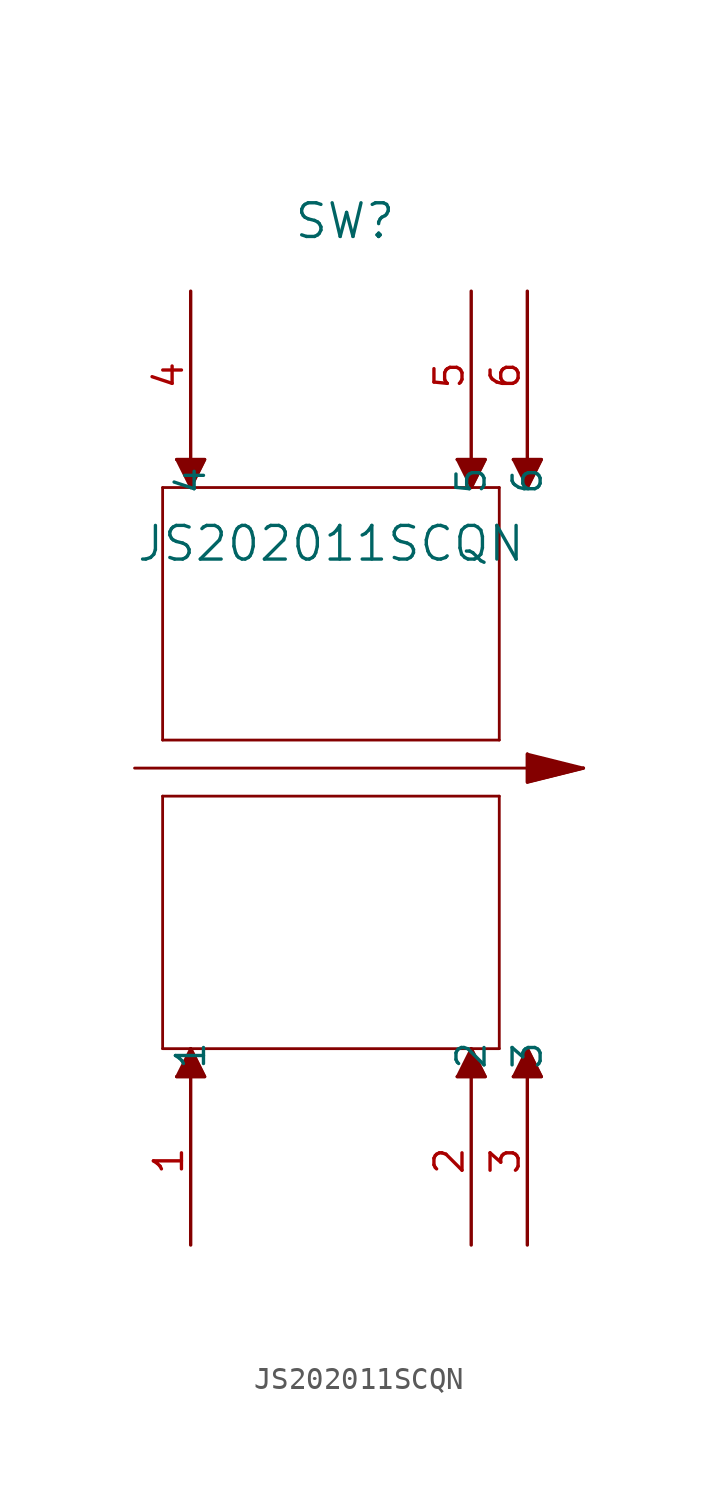
<source format=kicad_sym>
(kicad_symbol_lib
  (version 20241209)
  (generator "kicad_symbol_editor")
  (generator_version "9.0")
  (symbol "JS202011SCQN"
    (pin_names
      (offset 0.254))
    (property "Reference" "SW"
      (at 6.985 46.355 0)
      (effects (font (size 1.524 1.524))))
    (property "Value" "JS202011SCQN"
      (at 6.35 31.75 0)
      (effects (font (size 1.524 1.524))))
    (symbol "JS202011SCQN_0_1"
      (polyline (pts (xy -2.54 21.59) (xy 15.24 21.59)) (stroke (width 0.127) (type default)) (fill (type none)))
      (polyline (pts (xy -1.27 34.29) (xy -1.27 22.86)) (stroke (width 0.127) (type default)) (fill (type none)))
      (polyline (pts (xy -1.27 22.86) (xy 13.97 22.86)) (stroke (width 0.127) (type default)) (fill (type none)))
      (polyline (pts (xy -1.27 20.32) (xy 13.97 20.32)) (stroke (width 0.127) (type default)) (fill (type none)))
      (polyline (pts (xy -1.27 8.89) (xy -1.27 20.32)) (stroke (width 0.127) (type default)) (fill (type none)))
      (polyline (pts (xy -1.27 8.89) (xy 13.97 8.89)) (stroke (width 0.127) (type default)) (fill (type none)))
      (polyline (pts (xy -0.635 35.56) (xy 0 34.29)) (stroke (width 0.127) (type default)) (fill (type none)))
      (polyline (pts (xy -0.635 35.56) (xy 0.635 35.56)) (stroke (width 0.127) (type default)) (fill (type none)))
      (polyline (pts (xy -0.635 35.56) (xy 0.635 35.56) (xy 0 34.29)) (stroke (width 0) (type default)) (fill (type outline)))
      (polyline (pts (xy -0.635 7.62) (xy 0 8.89)) (stroke (width 0.127) (type default)) (fill (type none)))
      (polyline (pts (xy -0.635 7.62) (xy 0.635 7.62)) (stroke (width 0.127) (type default)) (fill (type none)))
      (polyline (pts (xy -0.635 7.62) (xy 0.635 7.62) (xy 0 8.89)) (stroke (width 0) (type default)) (fill (type outline)))
      (polyline (pts (xy 0 34.29) (xy 0.635 35.56)) (stroke (width 0.127) (type default)) (fill (type none)))
      (polyline (pts (xy 0 8.89) (xy 0.635 7.62)) (stroke (width 0.127) (type default)) (fill (type none)))
      (polyline (pts (xy 12.065 35.56) (xy 12.7 34.29)) (stroke (width 0.127) (type default)) (fill (type none)))
      (polyline (pts (xy 12.065 35.56) (xy 13.335 35.56)) (stroke (width 0.127) (type default)) (fill (type none)))
      (polyline (pts (xy 12.065 35.56) (xy 13.335 35.56) (xy 12.7 34.29)) (stroke (width 0) (type default)) (fill (type outline)))
      (polyline (pts (xy 12.065 7.62) (xy 12.7 8.89)) (stroke (width 0.127) (type default)) (fill (type none)))
      (polyline (pts (xy 12.065 7.62) (xy 13.335 7.62) (xy 12.7 8.89)) (stroke (width 0) (type default)) (fill (type outline)))
      (polyline (pts (xy 12.7 34.29) (xy 13.335 35.56)) (stroke (width 0.127) (type default)) (fill (type none)))
      (polyline (pts (xy 12.7 8.89) (xy 13.335 7.62)) (stroke (width 0.127) (type default)) (fill (type none)))
      (polyline (pts (xy 13.335 7.62) (xy 12.065 7.62)) (stroke (width 0.127) (type default)) (fill (type none)))
      (polyline (pts (xy 13.97 34.29) (xy -1.27 34.29)) (stroke (width 0.127) (type default)) (fill (type none)))
      (polyline (pts (xy 13.97 22.86) (xy 13.97 34.29)) (stroke (width 0.127) (type default)) (fill (type none)))
      (polyline (pts (xy 13.97 8.89) (xy 13.97 20.32)) (stroke (width 0.127) (type default)) (fill (type none)))
      (polyline (pts (xy 14.605 35.56) (xy 15.24 34.29)) (stroke (width 0.127) (type default)) (fill (type none)))
      (polyline (pts (xy 14.605 35.56) (xy 15.875 35.56)) (stroke (width 0.127) (type default)) (fill (type none)))
      (polyline (pts (xy 14.605 35.56) (xy 15.875 35.56) (xy 15.24 34.29)) (stroke (width 0) (type default)) (fill (type outline)))
      (polyline (pts (xy 14.605 7.62) (xy 15.24 8.89)) (stroke (width 0.127) (type default)) (fill (type none)))
      (polyline (pts (xy 14.605 7.62) (xy 15.875 7.62)) (stroke (width 0.127) (type default)) (fill (type none)))
      (polyline (pts (xy 14.605 7.62) (xy 15.875 7.62) (xy 15.24 8.89)) (stroke (width 0) (type default)) (fill (type outline)))
      (polyline (pts (xy 15.24 34.29) (xy 15.875 35.56)) (stroke (width 0.127) (type default)) (fill (type none)))
      (polyline (pts (xy 15.24 22.225) (xy 15.24 20.955)) (stroke (width 0.127) (type default)) (fill (type none)))
      (polyline (pts (xy 15.24 22.225) (xy 17.78 21.59)) (stroke (width 0.127) (type default)) (fill (type none)))
      (polyline (pts (xy 15.24 22.225) (xy 15.24 20.955) (xy 17.78 21.59)) (stroke (width 0) (type default)) (fill (type outline)))
      (polyline (pts (xy 15.24 20.955) (xy 17.78 21.59)) (stroke (width 0.127) (type default)) (fill (type none)))
      (polyline (pts (xy 15.24 8.89) (xy 15.875 7.62)) (stroke (width 0.127) (type default)) (fill (type none)))
      (pin unspecified line (at 0 43.18 270) (length 7.62) (name "4" (effects (font (size 1.27 1.27)))) (number "4" (effects (font (size 1.27 1.27)))))
      (pin unspecified line (at 0 0 90) (length 7.62) (name "1" (effects (font (size 1.27 1.27)))) (number "1" (effects (font (size 1.27 1.27)))))
      (pin unspecified line (at 12.7 43.18 270) (length 7.62) (name "5" (effects (font (size 1.27 1.27)))) (number "5" (effects (font (size 1.27 1.27)))))
      (pin unspecified line (at 12.7 0 90) (length 7.62) (name "2" (effects (font (size 1.27 1.27)))) (number "2" (effects (font (size 1.27 1.27)))))
      (pin unspecified line (at 15.24 43.18 270) (length 7.62) (name "6" (effects (font (size 1.27 1.27)))) (number "6" (effects (font (size 1.27 1.27)))))
      (pin unspecified line (at 15.24 0 90) (length 7.62) (name "3" (effects (font (size 1.27 1.27)))) (number "3" (effects (font (size 1.27 1.27))))))))
</source>
